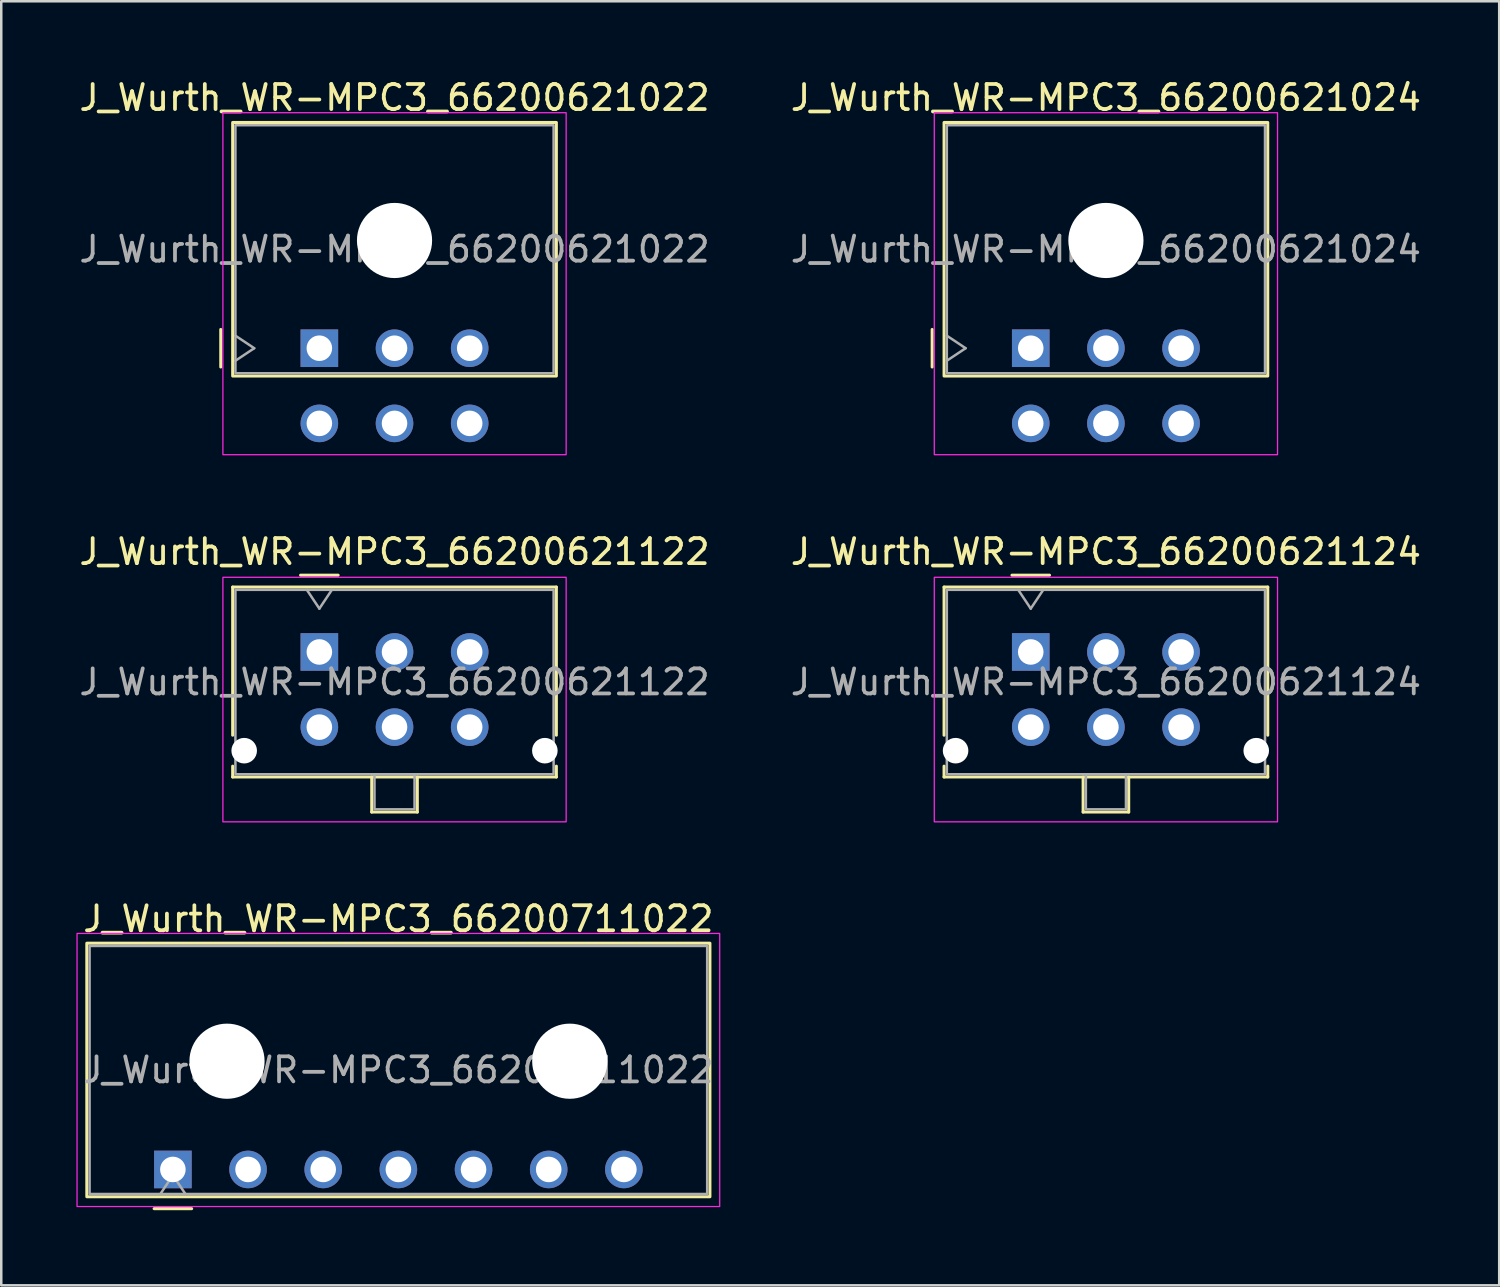
<source format=kicad_pcb>
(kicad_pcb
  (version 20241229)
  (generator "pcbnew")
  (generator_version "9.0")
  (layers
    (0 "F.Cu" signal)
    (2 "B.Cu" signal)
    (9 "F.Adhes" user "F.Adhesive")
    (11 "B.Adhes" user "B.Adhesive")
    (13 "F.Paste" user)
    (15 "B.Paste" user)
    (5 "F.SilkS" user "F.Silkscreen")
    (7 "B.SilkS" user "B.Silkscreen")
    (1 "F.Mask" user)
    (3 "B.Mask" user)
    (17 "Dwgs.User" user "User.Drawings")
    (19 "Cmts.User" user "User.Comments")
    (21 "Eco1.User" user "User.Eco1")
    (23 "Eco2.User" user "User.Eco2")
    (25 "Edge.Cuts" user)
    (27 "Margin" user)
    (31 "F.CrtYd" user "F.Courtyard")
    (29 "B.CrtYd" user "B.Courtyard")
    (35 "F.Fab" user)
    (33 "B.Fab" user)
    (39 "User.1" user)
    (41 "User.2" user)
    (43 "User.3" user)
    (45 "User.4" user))
  (footprint "J_Wurth_WR-MPC3_66200621122"
    (layer "F.Cu")
    (at 9.696 22.971)
    (property "Reference" "J_Wurth_WR-MPC3_66200621122" (at 3 -4 0) (unlocked yes) (layer "F.SilkS") (effects (font (size 1 1) (thickness 0.15))))
    (attr through_hole)
    (fp_line (start -3.46 -2.59) (end -3.46 3.323) (stroke (width 0.12) (type default)) (layer "F.SilkS"))
    (fp_line (start -3.46 -2.59) (end 9.46 -2.59) (stroke (width 0.12) (type default)) (layer "F.SilkS"))
    (fp_line (start -3.46 4.99) (end -3.46 4.557) (stroke (width 0.12) (type default)) (layer "F.SilkS"))
    (fp_line (start -0.75 -3.065) (end 0.75 -3.065) (stroke (width 0.12) (type solid)) (layer "F.SilkS"))
    (fp_line (start 2.09 6.39) (end 2.09 4.99) (stroke (width 0.12) (type default)) (layer "F.SilkS"))
    (fp_line (start 3.91 4.99) (end 3.91 6.39) (stroke (width 0.12) (type default)) (layer "F.SilkS"))
    (fp_line (start 3.91 6.39) (end 2.09 6.39) (stroke (width 0.12) (type default)) (layer "F.SilkS"))
    (fp_line (start 9.46 -2.59) (end 9.46 3.323) (stroke (width 0.12) (type default)) (layer "F.SilkS"))
    (fp_line (start 9.46 4.99) (end -3.46 4.99) (stroke (width 0.12) (type default)) (layer "F.SilkS"))
    (fp_line (start 9.46 4.99) (end 9.46 4.557) (stroke (width 0.12) (type default)) (layer "F.SilkS"))
    (fp_rect (start -3.85 -2.98) (end 9.85 6.78) (stroke (width 0.05) (type solid)) (fill no) (layer "F.CrtYd"))
    (fp_line (start 0 -1.73) (end -0.5 -2.48) (stroke (width 0.1) (type solid)) (layer "F.Fab"))
    (fp_line (start 0 -1.73) (end 0.5 -2.48) (stroke (width 0.1) (type solid)) (layer "F.Fab"))
    (fp_rect (start -3.35 -2.48) (end 9.35 4.88) (stroke (width 0.1) (type solid)) (fill no) (layer "F.Fab"))
    (fp_rect (start 2.2 4.88) (end 3.8 6.28) (stroke (width 0.1) (type solid)) (fill no) (layer "F.Fab"))
    (fp_text user "${REFERENCE}" (at 3 1.2 0) (unlocked yes) (layer "F.Fab") (effects (font (size 1 1) (thickness 0.15))))
    (pad "" np_thru_hole circle (at -3 3.94 180) (size 1.02 1.02) (drill 1.02) (layers "*.Cu" "*.Mask"))
    (pad "" np_thru_hole circle (at 9 3.94 180) (size 1.02 1.02) (drill 1.02) (layers "*.Cu" "*.Mask"))
    (pad "1" thru_hole rect (at 0 0 180) (size 1.5 1.5) (drill 1.02) (layers "*.Cu" "*.Mask"))
    (pad "2" thru_hole circle (at 3 0 180) (size 1.5 1.5) (drill 1.02) (layers "*.Cu" "*.Mask"))
    (pad "3" thru_hole circle (at 6 0 180) (size 1.5 1.5) (drill 1.02) (layers "*.Cu" "*.Mask"))
    (pad "4" thru_hole circle (at 0 3 180) (size 1.5 1.5) (drill 1.02) (layers "*.Cu" "*.Mask"))
    (pad "5" thru_hole circle (at 3 3 180) (size 1.5 1.5) (drill 1.02) (layers "*.Cu" "*.Mask"))
    (pad "6" thru_hole circle (at 6 3 180) (size 1.5 1.5) (drill 1.02) (layers "*.Cu" "*.Mask")))
  (footprint "J_Wurth_WR-MPC3_66200711022"
    (layer "F.Cu")
    (at 3.85 43.625)
    (property "Reference" "J_Wurth_WR-MPC3_66200711022" (at 9 -10 0) (unlocked yes) (layer "F.SilkS") (effects (font (size 1 1) (thickness 0.15))))
    (attr through_hole)
    (fp_line (start -0.75 1.565) (end 0.75 1.565) (stroke (width 0.12) (type solid)) (layer "F.SilkS"))
    (fp_rect (start -3.435 -9.03) (end 21.435 1.09) (stroke (width 0.12) (type solid)) (fill no) (layer "F.SilkS"))
    (fp_rect (start -3.825 -9.42) (end 21.825 1.48) (stroke (width 0.05) (type solid)) (fill no) (layer "F.CrtYd"))
    (fp_line (start 0 0.23) (end -0.5 0.98) (stroke (width 0.1) (type solid)) (layer "F.Fab"))
    (fp_line (start 0 0.23) (end 0.5 0.98) (stroke (width 0.1) (type solid)) (layer "F.Fab"))
    (fp_rect (start -3.325 -8.92) (end 21.325 0.98) (stroke (width 0.1) (type solid)) (fill no) (layer "F.Fab"))
    (fp_text user "${REFERENCE}" (at 9 -3.97 0) (unlocked yes) (layer "F.Fab") (effects (font (size 1 1) (thickness 0.15))))
    (pad "" np_thru_hole circle (at 2.16 -4.32 180) (size 3 3) (drill 3) (layers "*.Cu" "*.Mask"))
    (pad "" np_thru_hole circle (at 15.84 -4.32 180) (size 3 3) (drill 3) (layers "*.Cu" "*.Mask"))
    (pad "1" thru_hole rect (at 0 0 180) (size 1.5 1.5) (drill 1.02) (layers "*.Cu" "*.Mask"))
    (pad "2" thru_hole circle (at 3 0 180) (size 1.5 1.5) (drill 1.02) (layers "*.Cu" "*.Mask"))
    (pad "3" thru_hole circle (at 6 0 180) (size 1.5 1.5) (drill 1.02) (layers "*.Cu" "*.Mask"))
    (pad "4" thru_hole circle (at 9 0 180) (size 1.5 1.5) (drill 1.02) (layers "*.Cu" "*.Mask"))
    (pad "5" thru_hole circle (at 12 0 180) (size 1.5 1.5) (drill 1.02) (layers "*.Cu" "*.Mask"))
    (pad "6" thru_hole circle (at 15 0 180) (size 1.5 1.5) (drill 1.02) (layers "*.Cu" "*.Mask"))
    (pad "7" thru_hole circle (at 18 0 180) (size 1.5 1.5) (drill 1.02) (layers "*.Cu" "*.Mask")))
  (footprint "J_Wurth_WR-MPC3_66200621124"
    (layer "F.Cu")
    (at 38.089 22.971)
    (property "Reference" "J_Wurth_WR-MPC3_66200621124" (at 3 -4 0) (unlocked yes) (layer "F.SilkS") (effects (font (size 1 1) (thickness 0.15))))
    (attr through_hole)
    (fp_line (start -3.46 -2.59) (end -3.46 3.323) (stroke (width 0.12) (type default)) (layer "F.SilkS"))
    (fp_line (start -3.46 -2.59) (end 9.46 -2.59) (stroke (width 0.12) (type default)) (layer "F.SilkS"))
    (fp_line (start -3.46 4.99) (end -3.46 4.557) (stroke (width 0.12) (type default)) (layer "F.SilkS"))
    (fp_line (start -0.75 -3.065) (end 0.75 -3.065) (stroke (width 0.12) (type solid)) (layer "F.SilkS"))
    (fp_line (start 2.09 6.39) (end 2.09 4.99) (stroke (width 0.12) (type default)) (layer "F.SilkS"))
    (fp_line (start 3.91 4.99) (end 3.91 6.39) (stroke (width 0.12) (type default)) (layer "F.SilkS"))
    (fp_line (start 3.91 6.39) (end 2.09 6.39) (stroke (width 0.12) (type default)) (layer "F.SilkS"))
    (fp_line (start 9.46 -2.59) (end 9.46 3.323) (stroke (width 0.12) (type default)) (layer "F.SilkS"))
    (fp_line (start 9.46 4.99) (end -3.46 4.99) (stroke (width 0.12) (type default)) (layer "F.SilkS"))
    (fp_line (start 9.46 4.99) (end 9.46 4.557) (stroke (width 0.12) (type default)) (layer "F.SilkS"))
    (fp_rect (start -3.85 -2.98) (end 9.85 6.78) (stroke (width 0.05) (type solid)) (fill no) (layer "F.CrtYd"))
    (fp_line (start 0 -1.73) (end -0.5 -2.48) (stroke (width 0.1) (type solid)) (layer "F.Fab"))
    (fp_line (start 0 -1.73) (end 0.5 -2.48) (stroke (width 0.1) (type solid)) (layer "F.Fab"))
    (fp_rect (start -3.35 -2.48) (end 9.35 4.88) (stroke (width 0.1) (type solid)) (fill no) (layer "F.Fab"))
    (fp_rect (start 2.2 4.88) (end 3.8 6.28) (stroke (width 0.1) (type solid)) (fill no) (layer "F.Fab"))
    (fp_text user "${REFERENCE}" (at 3 1.2 0) (unlocked yes) (layer "F.Fab") (effects (font (size 1 1) (thickness 0.15))))
    (pad "" np_thru_hole circle (at -3 3.94 180) (size 1.02 1.02) (drill 1.02) (layers "*.Cu" "*.Mask"))
    (pad "" np_thru_hole circle (at 9 3.94 180) (size 1.02 1.02) (drill 1.02) (layers "*.Cu" "*.Mask"))
    (pad "1" thru_hole rect (at 0 0 180) (size 1.5 1.5) (drill 1.02) (layers "*.Cu" "*.Mask"))
    (pad "2" thru_hole circle (at 3 0 180) (size 1.5 1.5) (drill 1.02) (layers "*.Cu" "*.Mask"))
    (pad "3" thru_hole circle (at 6 0 180) (size 1.5 1.5) (drill 1.02) (layers "*.Cu" "*.Mask"))
    (pad "4" thru_hole circle (at 0 3 180) (size 1.5 1.5) (drill 1.02) (layers "*.Cu" "*.Mask"))
    (pad "5" thru_hole circle (at 3 3 180) (size 1.5 1.5) (drill 1.02) (layers "*.Cu" "*.Mask"))
    (pad "6" thru_hole circle (at 6 3 180) (size 1.5 1.5) (drill 1.02) (layers "*.Cu" "*.Mask")))
  (footprint "J_Wurth_WR-MPC3_66200621024"
    (layer "F.Cu")
    (at 38.089 10.848)
    (property "Reference" "J_Wurth_WR-MPC3_66200621024" (at 3 -10 0) (unlocked yes) (layer "F.SilkS") (effects (font (size 1 1) (thickness 0.15))))
    (attr through_hole)
    (fp_line (start -3.935 -0.75) (end -3.935 0.75) (stroke (width 0.12) (type solid)) (layer "F.SilkS"))
    (fp_rect (start -3.46 -9.01) (end 9.46 1.11) (stroke (width 0.12) (type solid)) (fill no) (layer "F.SilkS"))
    (fp_rect (start -3.85 -9.4) (end 9.85 4.25) (stroke (width 0.05) (type solid)) (fill no) (layer "F.CrtYd"))
    (fp_line (start -2.6 0) (end -3.35 -0.5) (stroke (width 0.1) (type solid)) (layer "F.Fab"))
    (fp_line (start -2.6 0) (end -3.35 0.5) (stroke (width 0.1) (type solid)) (layer "F.Fab"))
    (fp_rect (start -3.35 -8.9) (end 9.35 1) (stroke (width 0.1) (type solid)) (fill no) (layer "F.Fab"))
    (fp_text user "${REFERENCE}" (at 3 -3.95 0) (unlocked yes) (layer "F.Fab") (effects (font (size 1 1) (thickness 0.15))))
    (pad "" np_thru_hole circle (at 3 -4.3 180) (size 3 3) (drill 3) (layers "*.Cu" "*.Mask"))
    (pad "1" thru_hole rect (at 0 0 180) (size 1.5 1.5) (drill 1.02) (layers "*.Cu" "*.Mask"))
    (pad "2" thru_hole circle (at 3 0 180) (size 1.5 1.5) (drill 1.02) (layers "*.Cu" "*.Mask"))
    (pad "3" thru_hole circle (at 6 0 180) (size 1.5 1.5) (drill 1.02) (layers "*.Cu" "*.Mask"))
    (pad "4" thru_hole circle (at 0 3 180) (size 1.5 1.5) (drill 1.02) (layers "*.Cu" "*.Mask"))
    (pad "5" thru_hole circle (at 3 3 180) (size 1.5 1.5) (drill 1.02) (layers "*.Cu" "*.Mask"))
    (pad "6" thru_hole circle (at 6 3 180) (size 1.5 1.5) (drill 1.02) (layers "*.Cu" "*.Mask")))
  (footprint "J_Wurth_WR-MPC3_66200621022"
    (layer "F.Cu")
    (at 9.696 10.848)
    (property "Reference" "J_Wurth_WR-MPC3_66200621022" (at 3 -10 0) (unlocked yes) (layer "F.SilkS") (effects (font (size 1 1) (thickness 0.15))))
    (attr through_hole)
    (fp_line (start -3.935 -0.75) (end -3.935 0.75) (stroke (width 0.12) (type solid)) (layer "F.SilkS"))
    (fp_rect (start -3.46 -9.01) (end 9.46 1.11) (stroke (width 0.12) (type solid)) (fill no) (layer "F.SilkS"))
    (fp_rect (start -3.85 -9.4) (end 9.85 4.25) (stroke (width 0.05) (type solid)) (fill no) (layer "F.CrtYd"))
    (fp_line (start -2.6 0) (end -3.35 -0.5) (stroke (width 0.1) (type solid)) (layer "F.Fab"))
    (fp_line (start -2.6 0) (end -3.35 0.5) (stroke (width 0.1) (type solid)) (layer "F.Fab"))
    (fp_rect (start -3.35 -8.9) (end 9.35 1) (stroke (width 0.1) (type solid)) (fill no) (layer "F.Fab"))
    (fp_text user "${REFERENCE}" (at 3 -3.95 0) (unlocked yes) (layer "F.Fab") (effects (font (size 1 1) (thickness 0.15))))
    (pad "" np_thru_hole circle (at 3 -4.3 180) (size 3 3) (drill 3) (layers "*.Cu" "*.Mask"))
    (pad "1" thru_hole rect (at 0 0 180) (size 1.5 1.5) (drill 1.02) (layers "*.Cu" "*.Mask"))
    (pad "2" thru_hole circle (at 3 0 180) (size 1.5 1.5) (drill 1.02) (layers "*.Cu" "*.Mask"))
    (pad "3" thru_hole circle (at 6 0 180) (size 1.5 1.5) (drill 1.02) (layers "*.Cu" "*.Mask"))
    (pad "4" thru_hole circle (at 0 3 180) (size 1.5 1.5) (drill 1.02) (layers "*.Cu" "*.Mask"))
    (pad "5" thru_hole circle (at 3 3 180) (size 1.5 1.5) (drill 1.02) (layers "*.Cu" "*.Mask"))
    (pad "6" thru_hole circle (at 6 3 180) (size 1.5 1.5) (drill 1.02) (layers "*.Cu" "*.Mask")))
  (gr_rect
    (start -3 -3)
    (end 56.786 48.25)
    (stroke (width 0.1) (type default))
    (fill no)
    (layer "Edge.Cuts")))
</source>
